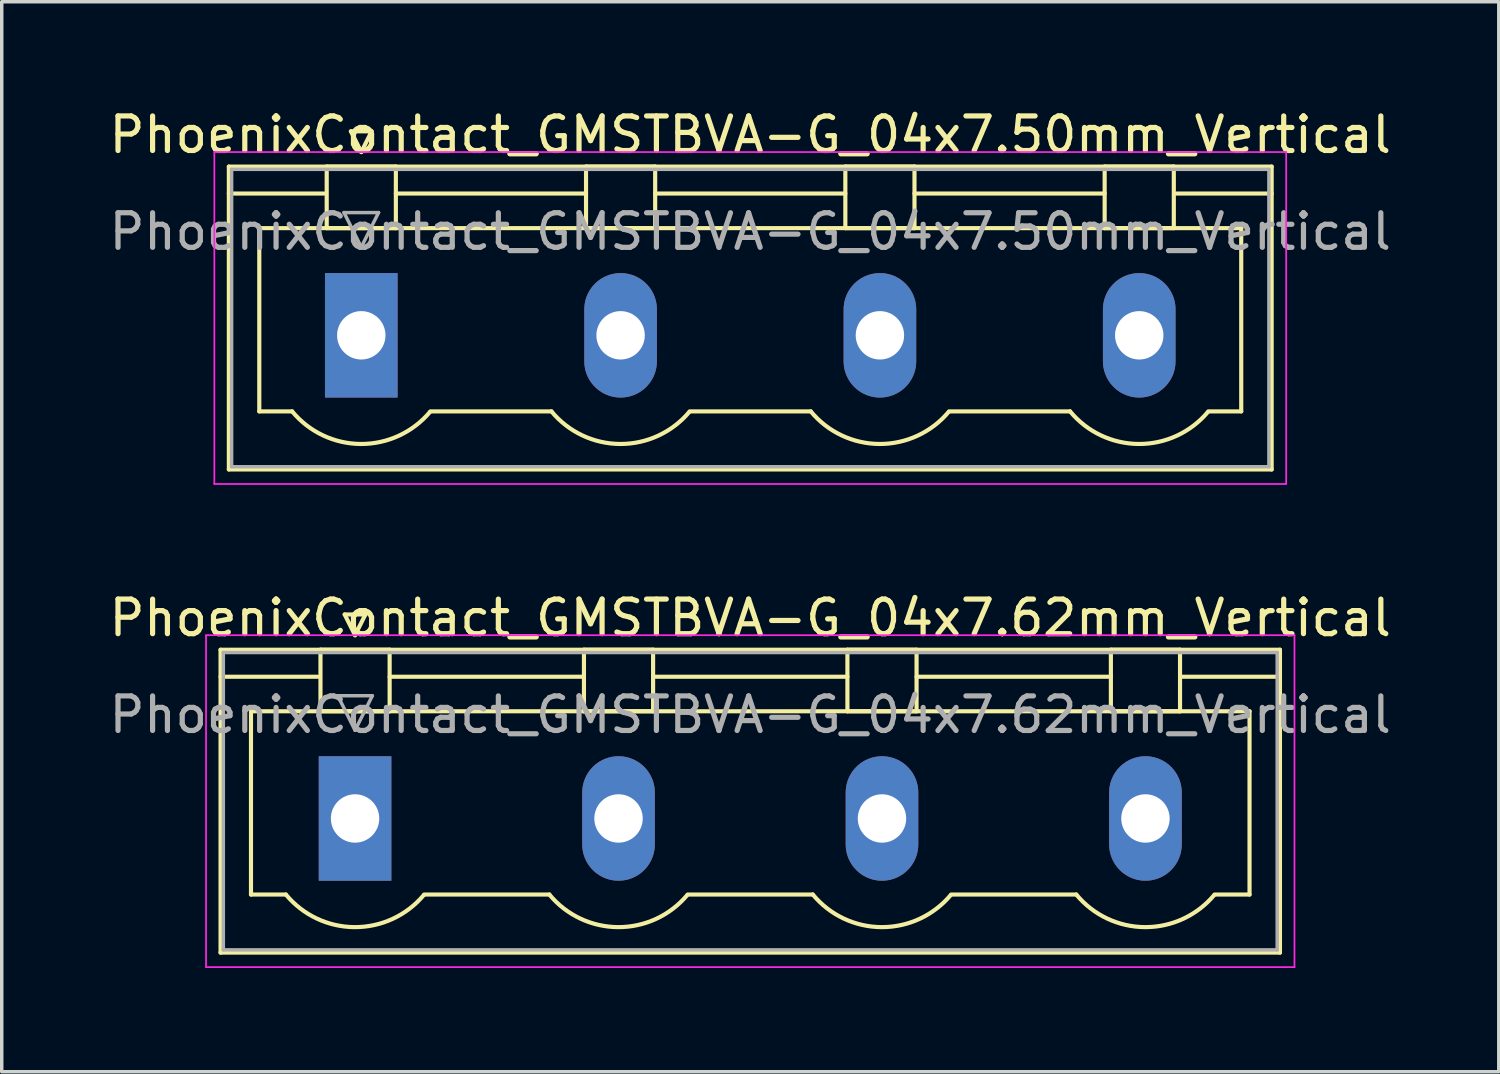
<source format=kicad_pcb>
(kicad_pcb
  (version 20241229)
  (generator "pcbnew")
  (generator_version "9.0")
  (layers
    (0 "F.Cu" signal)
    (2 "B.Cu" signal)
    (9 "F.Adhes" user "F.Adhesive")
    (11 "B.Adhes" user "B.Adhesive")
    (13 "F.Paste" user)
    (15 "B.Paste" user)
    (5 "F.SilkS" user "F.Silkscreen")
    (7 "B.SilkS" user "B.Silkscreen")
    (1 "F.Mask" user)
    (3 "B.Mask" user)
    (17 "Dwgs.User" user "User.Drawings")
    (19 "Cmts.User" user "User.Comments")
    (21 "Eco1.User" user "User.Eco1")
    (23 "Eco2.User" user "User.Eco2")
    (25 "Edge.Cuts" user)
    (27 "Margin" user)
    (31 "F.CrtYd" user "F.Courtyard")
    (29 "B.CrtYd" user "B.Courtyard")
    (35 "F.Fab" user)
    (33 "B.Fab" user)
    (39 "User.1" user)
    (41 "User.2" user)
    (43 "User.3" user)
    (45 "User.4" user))
  (footprint "PhoenixContact_GMSTBVA-G_04x7.50mm_Vertical"
    (layer "F.Cu")
    (at 7.399 6.648)
    (property "Reference" "PhoenixContact_GMSTBVA-G_04x7.50mm_Vertical" (at 11.25 -5.8 0) (layer "F.SilkS") (effects (font (size 1 1) (thickness 0.15))))
    (attr through_hole)
    (fp_line (start -3.83 -4.88) (end -3.83 3.88) (stroke (width 0.12) (type solid)) (layer "F.SilkS"))
    (fp_line (start -3.83 -4.1) (end -1.08 -4.1) (stroke (width 0.12) (type solid)) (layer "F.SilkS"))
    (fp_line (start -3.83 3.88) (end 26.33 3.88) (stroke (width 0.12) (type solid)) (layer "F.SilkS"))
    (fp_line (start -2.95 -3.1) (end 25.45 -3.1) (stroke (width 0.12) (type solid)) (layer "F.SilkS"))
    (fp_line (start -2.95 2.2) (end -2.95 -3.1) (stroke (width 0.12) (type solid)) (layer "F.SilkS"))
    (fp_line (start -2 2.2) (end -2.95 2.2) (stroke (width 0.12) (type solid)) (layer "F.SilkS"))
    (fp_line (start -1 -4.88) (end 1 -4.88) (stroke (width 0.12) (type solid)) (layer "F.SilkS"))
    (fp_line (start -1 -3.1) (end -1 -4.88) (stroke (width 0.12) (type solid)) (layer "F.SilkS"))
    (fp_line (start -0.3 -5.9) (end 0.3 -5.9) (stroke (width 0.12) (type solid)) (layer "F.SilkS"))
    (fp_line (start 0 -5.3) (end -0.3 -5.9) (stroke (width 0.12) (type solid)) (layer "F.SilkS"))
    (fp_line (start 0.3 -5.9) (end 0 -5.3) (stroke (width 0.12) (type solid)) (layer "F.SilkS"))
    (fp_line (start 1 -4.88) (end 1 -3.1) (stroke (width 0.12) (type solid)) (layer "F.SilkS"))
    (fp_line (start 1 -4.1) (end 6.5 -4.1) (stroke (width 0.12) (type solid)) (layer "F.SilkS"))
    (fp_line (start 1 -3.1) (end -1 -3.1) (stroke (width 0.12) (type solid)) (layer "F.SilkS"))
    (fp_line (start 2 2.2) (end 5.5 2.2) (stroke (width 0.12) (type solid)) (layer "F.SilkS"))
    (fp_line (start 6.5 -4.88) (end 8.5 -4.88) (stroke (width 0.12) (type solid)) (layer "F.SilkS"))
    (fp_line (start 6.5 -3.1) (end 6.5 -4.88) (stroke (width 0.12) (type solid)) (layer "F.SilkS"))
    (fp_line (start 8.5 -4.88) (end 8.5 -3.1) (stroke (width 0.12) (type solid)) (layer "F.SilkS"))
    (fp_line (start 8.5 -4.1) (end 14 -4.1) (stroke (width 0.12) (type solid)) (layer "F.SilkS"))
    (fp_line (start 8.5 -3.1) (end 6.5 -3.1) (stroke (width 0.12) (type solid)) (layer "F.SilkS"))
    (fp_line (start 9.5 2.2) (end 13 2.2) (stroke (width 0.12) (type solid)) (layer "F.SilkS"))
    (fp_line (start 14 -4.88) (end 16 -4.88) (stroke (width 0.12) (type solid)) (layer "F.SilkS"))
    (fp_line (start 14 -3.1) (end 14 -4.88) (stroke (width 0.12) (type solid)) (layer "F.SilkS"))
    (fp_line (start 16 -4.88) (end 16 -3.1) (stroke (width 0.12) (type solid)) (layer "F.SilkS"))
    (fp_line (start 16 -4.1) (end 21.5 -4.1) (stroke (width 0.12) (type solid)) (layer "F.SilkS"))
    (fp_line (start 16 -3.1) (end 14 -3.1) (stroke (width 0.12) (type solid)) (layer "F.SilkS"))
    (fp_line (start 17 2.2) (end 20.5 2.2) (stroke (width 0.12) (type solid)) (layer "F.SilkS"))
    (fp_line (start 21.5 -4.88) (end 23.5 -4.88) (stroke (width 0.12) (type solid)) (layer "F.SilkS"))
    (fp_line (start 21.5 -3.1) (end 21.5 -4.88) (stroke (width 0.12) (type solid)) (layer "F.SilkS"))
    (fp_line (start 23.5 -4.88) (end 23.5 -3.1) (stroke (width 0.12) (type solid)) (layer "F.SilkS"))
    (fp_line (start 23.5 -3.1) (end 21.5 -3.1) (stroke (width 0.12) (type solid)) (layer "F.SilkS"))
    (fp_line (start 25.45 -3.1) (end 25.45 2.2) (stroke (width 0.12) (type solid)) (layer "F.SilkS"))
    (fp_line (start 25.45 2.2) (end 24.5 2.2) (stroke (width 0.12) (type solid)) (layer "F.SilkS"))
    (fp_line (start 26.33 -4.88) (end -3.83 -4.88) (stroke (width 0.12) (type solid)) (layer "F.SilkS"))
    (fp_line (start 26.33 -4.1) (end 23.58 -4.1) (stroke (width 0.12) (type solid)) (layer "F.SilkS"))
    (fp_line (start 26.33 3.88) (end 26.33 -4.88) (stroke (width 0.12) (type solid)) (layer "F.SilkS"))
    (fp_arc (start 1.986842 2.215821) (mid -0.010289 3.142758) (end -2 2.2) (stroke (width 0.12) (type solid)) (layer "F.SilkS"))
    (fp_arc (start 9.486842 2.215821) (mid 7.489711 3.142758) (end 5.5 2.2) (stroke (width 0.12) (type solid)) (layer "F.SilkS"))
    (fp_arc (start 16.986842 2.215821) (mid 14.989711 3.142758) (end 13 2.2) (stroke (width 0.12) (type solid)) (layer "F.SilkS"))
    (fp_arc (start 24.486842 2.215821) (mid 22.489711 3.142758) (end 20.5 2.2) (stroke (width 0.12) (type solid)) (layer "F.SilkS"))
    (fp_line (start -4.25 -5.3) (end -4.25 4.3) (stroke (width 0.05) (type solid)) (layer "F.CrtYd"))
    (fp_line (start -4.25 4.3) (end 26.75 4.3) (stroke (width 0.05) (type solid)) (layer "F.CrtYd"))
    (fp_line (start 26.75 -5.3) (end -4.25 -5.3) (stroke (width 0.05) (type solid)) (layer "F.CrtYd"))
    (fp_line (start 26.75 4.3) (end 26.75 -5.3) (stroke (width 0.05) (type solid)) (layer "F.CrtYd"))
    (fp_line (start -3.75 -4.8) (end -3.75 3.8) (stroke (width 0.1) (type solid)) (layer "F.Fab"))
    (fp_line (start -3.75 3.8) (end 26.25 3.8) (stroke (width 0.1) (type solid)) (layer "F.Fab"))
    (fp_line (start -0.5 -3.55) (end 0.5 -3.55) (stroke (width 0.1) (type solid)) (layer "F.Fab"))
    (fp_line (start 0 -2.55) (end -0.5 -3.55) (stroke (width 0.1) (type solid)) (layer "F.Fab"))
    (fp_line (start 0.5 -3.55) (end 0 -2.55) (stroke (width 0.1) (type solid)) (layer "F.Fab"))
    (fp_line (start 26.25 -4.8) (end -3.75 -4.8) (stroke (width 0.1) (type solid)) (layer "F.Fab"))
    (fp_line (start 26.25 3.8) (end 26.25 -4.8) (stroke (width 0.1) (type solid)) (layer "F.Fab"))
    (fp_text user "${REFERENCE}" (at 11.25 -3 0) (layer "F.Fab") (effects (font (size 1 1) (thickness 0.15))))
    (pad "1" thru_hole rect (at 0 0) (size 2.1 3.6) (drill 1.4) (layers "*.Cu" "*.Mask"))
    (pad "2" thru_hole oval (at 7.5 0) (size 2.1 3.6) (drill 1.4) (layers "*.Cu" "*.Mask"))
    (pad "3" thru_hole oval (at 15 0) (size 2.1 3.6) (drill 1.4) (layers "*.Cu" "*.Mask"))
    (pad "4" thru_hole oval (at 22.5 0) (size 2.1 3.6) (drill 1.4) (layers "*.Cu" "*.Mask")))
  (footprint "PhoenixContact_GMSTBVA-G_04x7.62mm_Vertical"
    (layer "F.Cu")
    (at 7.219 20.622)
    (property "Reference" "PhoenixContact_GMSTBVA-G_04x7.62mm_Vertical" (at 11.43 -5.8 0) (layer "F.SilkS") (effects (font (size 1 1) (thickness 0.15))))
    (attr through_hole)
    (fp_line (start -3.89 -4.88) (end -3.89 3.88) (stroke (width 0.12) (type solid)) (layer "F.SilkS"))
    (fp_line (start -3.89 -4.1) (end -1.08 -4.1) (stroke (width 0.12) (type solid)) (layer "F.SilkS"))
    (fp_line (start -3.89 3.88) (end 26.75 3.88) (stroke (width 0.12) (type solid)) (layer "F.SilkS"))
    (fp_line (start -3.01 -3.1) (end 25.87 -3.1) (stroke (width 0.12) (type solid)) (layer "F.SilkS"))
    (fp_line (start -3.01 2.2) (end -3.01 -3.1) (stroke (width 0.12) (type solid)) (layer "F.SilkS"))
    (fp_line (start -2 2.2) (end -3.01 2.2) (stroke (width 0.12) (type solid)) (layer "F.SilkS"))
    (fp_line (start -1 -4.88) (end 1 -4.88) (stroke (width 0.12) (type solid)) (layer "F.SilkS"))
    (fp_line (start -1 -3.1) (end -1 -4.88) (stroke (width 0.12) (type solid)) (layer "F.SilkS"))
    (fp_line (start -0.3 -5.9) (end 0.3 -5.9) (stroke (width 0.12) (type solid)) (layer "F.SilkS"))
    (fp_line (start 0 -5.3) (end -0.3 -5.9) (stroke (width 0.12) (type solid)) (layer "F.SilkS"))
    (fp_line (start 0.3 -5.9) (end 0 -5.3) (stroke (width 0.12) (type solid)) (layer "F.SilkS"))
    (fp_line (start 1 -4.88) (end 1 -3.1) (stroke (width 0.12) (type solid)) (layer "F.SilkS"))
    (fp_line (start 1 -4.1) (end 6.62 -4.1) (stroke (width 0.12) (type solid)) (layer "F.SilkS"))
    (fp_line (start 1 -3.1) (end -1 -3.1) (stroke (width 0.12) (type solid)) (layer "F.SilkS"))
    (fp_line (start 2 2.2) (end 5.62 2.2) (stroke (width 0.12) (type solid)) (layer "F.SilkS"))
    (fp_line (start 6.62 -4.88) (end 8.62 -4.88) (stroke (width 0.12) (type solid)) (layer "F.SilkS"))
    (fp_line (start 6.62 -3.1) (end 6.62 -4.88) (stroke (width 0.12) (type solid)) (layer "F.SilkS"))
    (fp_line (start 8.62 -4.88) (end 8.62 -3.1) (stroke (width 0.12) (type solid)) (layer "F.SilkS"))
    (fp_line (start 8.62 -4.1) (end 14.24 -4.1) (stroke (width 0.12) (type solid)) (layer "F.SilkS"))
    (fp_line (start 8.62 -3.1) (end 6.62 -3.1) (stroke (width 0.12) (type solid)) (layer "F.SilkS"))
    (fp_line (start 9.62 2.2) (end 13.24 2.2) (stroke (width 0.12) (type solid)) (layer "F.SilkS"))
    (fp_line (start 14.24 -4.88) (end 16.24 -4.88) (stroke (width 0.12) (type solid)) (layer "F.SilkS"))
    (fp_line (start 14.24 -3.1) (end 14.24 -4.88) (stroke (width 0.12) (type solid)) (layer "F.SilkS"))
    (fp_line (start 16.24 -4.88) (end 16.24 -3.1) (stroke (width 0.12) (type solid)) (layer "F.SilkS"))
    (fp_line (start 16.24 -4.1) (end 21.86 -4.1) (stroke (width 0.12) (type solid)) (layer "F.SilkS"))
    (fp_line (start 16.24 -3.1) (end 14.24 -3.1) (stroke (width 0.12) (type solid)) (layer "F.SilkS"))
    (fp_line (start 17.24 2.2) (end 20.86 2.2) (stroke (width 0.12) (type solid)) (layer "F.SilkS"))
    (fp_line (start 21.86 -4.88) (end 23.86 -4.88) (stroke (width 0.12) (type solid)) (layer "F.SilkS"))
    (fp_line (start 21.86 -3.1) (end 21.86 -4.88) (stroke (width 0.12) (type solid)) (layer "F.SilkS"))
    (fp_line (start 23.86 -4.88) (end 23.86 -3.1) (stroke (width 0.12) (type solid)) (layer "F.SilkS"))
    (fp_line (start 23.86 -3.1) (end 21.86 -3.1) (stroke (width 0.12) (type solid)) (layer "F.SilkS"))
    (fp_line (start 25.87 -3.1) (end 25.87 2.2) (stroke (width 0.12) (type solid)) (layer "F.SilkS"))
    (fp_line (start 25.87 2.2) (end 24.86 2.2) (stroke (width 0.12) (type solid)) (layer "F.SilkS"))
    (fp_line (start 26.75 -4.88) (end -3.89 -4.88) (stroke (width 0.12) (type solid)) (layer "F.SilkS"))
    (fp_line (start 26.75 -4.1) (end 23.94 -4.1) (stroke (width 0.12) (type solid)) (layer "F.SilkS"))
    (fp_line (start 26.75 3.88) (end 26.75 -4.88) (stroke (width 0.12) (type solid)) (layer "F.SilkS"))
    (fp_arc (start 1.986842 2.215821) (mid -0.010289 3.142758) (end -2 2.2) (stroke (width 0.12) (type solid)) (layer "F.SilkS"))
    (fp_arc (start 9.606842 2.215821) (mid 7.609711 3.142758) (end 5.62 2.2) (stroke (width 0.12) (type solid)) (layer "F.SilkS"))
    (fp_arc (start 17.226842 2.215821) (mid 15.229711 3.142758) (end 13.24 2.2) (stroke (width 0.12) (type solid)) (layer "F.SilkS"))
    (fp_arc (start 24.846842 2.215821) (mid 22.849711 3.142758) (end 20.86 2.2) (stroke (width 0.12) (type solid)) (layer "F.SilkS"))
    (fp_line (start -4.31 -5.3) (end -4.31 4.3) (stroke (width 0.05) (type solid)) (layer "F.CrtYd"))
    (fp_line (start -4.31 4.3) (end 27.17 4.3) (stroke (width 0.05) (type solid)) (layer "F.CrtYd"))
    (fp_line (start 27.17 -5.3) (end -4.31 -5.3) (stroke (width 0.05) (type solid)) (layer "F.CrtYd"))
    (fp_line (start 27.17 4.3) (end 27.17 -5.3) (stroke (width 0.05) (type solid)) (layer "F.CrtYd"))
    (fp_line (start -3.81 -4.8) (end -3.81 3.8) (stroke (width 0.1) (type solid)) (layer "F.Fab"))
    (fp_line (start -3.81 3.8) (end 26.67 3.8) (stroke (width 0.1) (type solid)) (layer "F.Fab"))
    (fp_line (start -0.5 -3.55) (end 0.5 -3.55) (stroke (width 0.1) (type solid)) (layer "F.Fab"))
    (fp_line (start 0 -2.55) (end -0.5 -3.55) (stroke (width 0.1) (type solid)) (layer "F.Fab"))
    (fp_line (start 0.5 -3.55) (end 0 -2.55) (stroke (width 0.1) (type solid)) (layer "F.Fab"))
    (fp_line (start 26.67 -4.8) (end -3.81 -4.8) (stroke (width 0.1) (type solid)) (layer "F.Fab"))
    (fp_line (start 26.67 3.8) (end 26.67 -4.8) (stroke (width 0.1) (type solid)) (layer "F.Fab"))
    (fp_text user "${REFERENCE}" (at 11.43 -3 0) (layer "F.Fab") (effects (font (size 1 1) (thickness 0.15))))
    (pad "1" thru_hole rect (at 0 0) (size 2.1 3.6) (drill 1.4) (layers "*.Cu" "*.Mask"))
    (pad "2" thru_hole oval (at 7.62 0) (size 2.1 3.6) (drill 1.4) (layers "*.Cu" "*.Mask"))
    (pad "3" thru_hole oval (at 15.24 0) (size 2.1 3.6) (drill 1.4) (layers "*.Cu" "*.Mask"))
    (pad "4" thru_hole oval (at 22.86 0) (size 2.1 3.6) (drill 1.4) (layers "*.Cu" "*.Mask")))
  (gr_rect
    (start -3 -3)
    (end 40.298 27.947)
    (stroke (width 0.1) (type default))
    (fill no)
    (layer "Edge.Cuts")))
</source>
